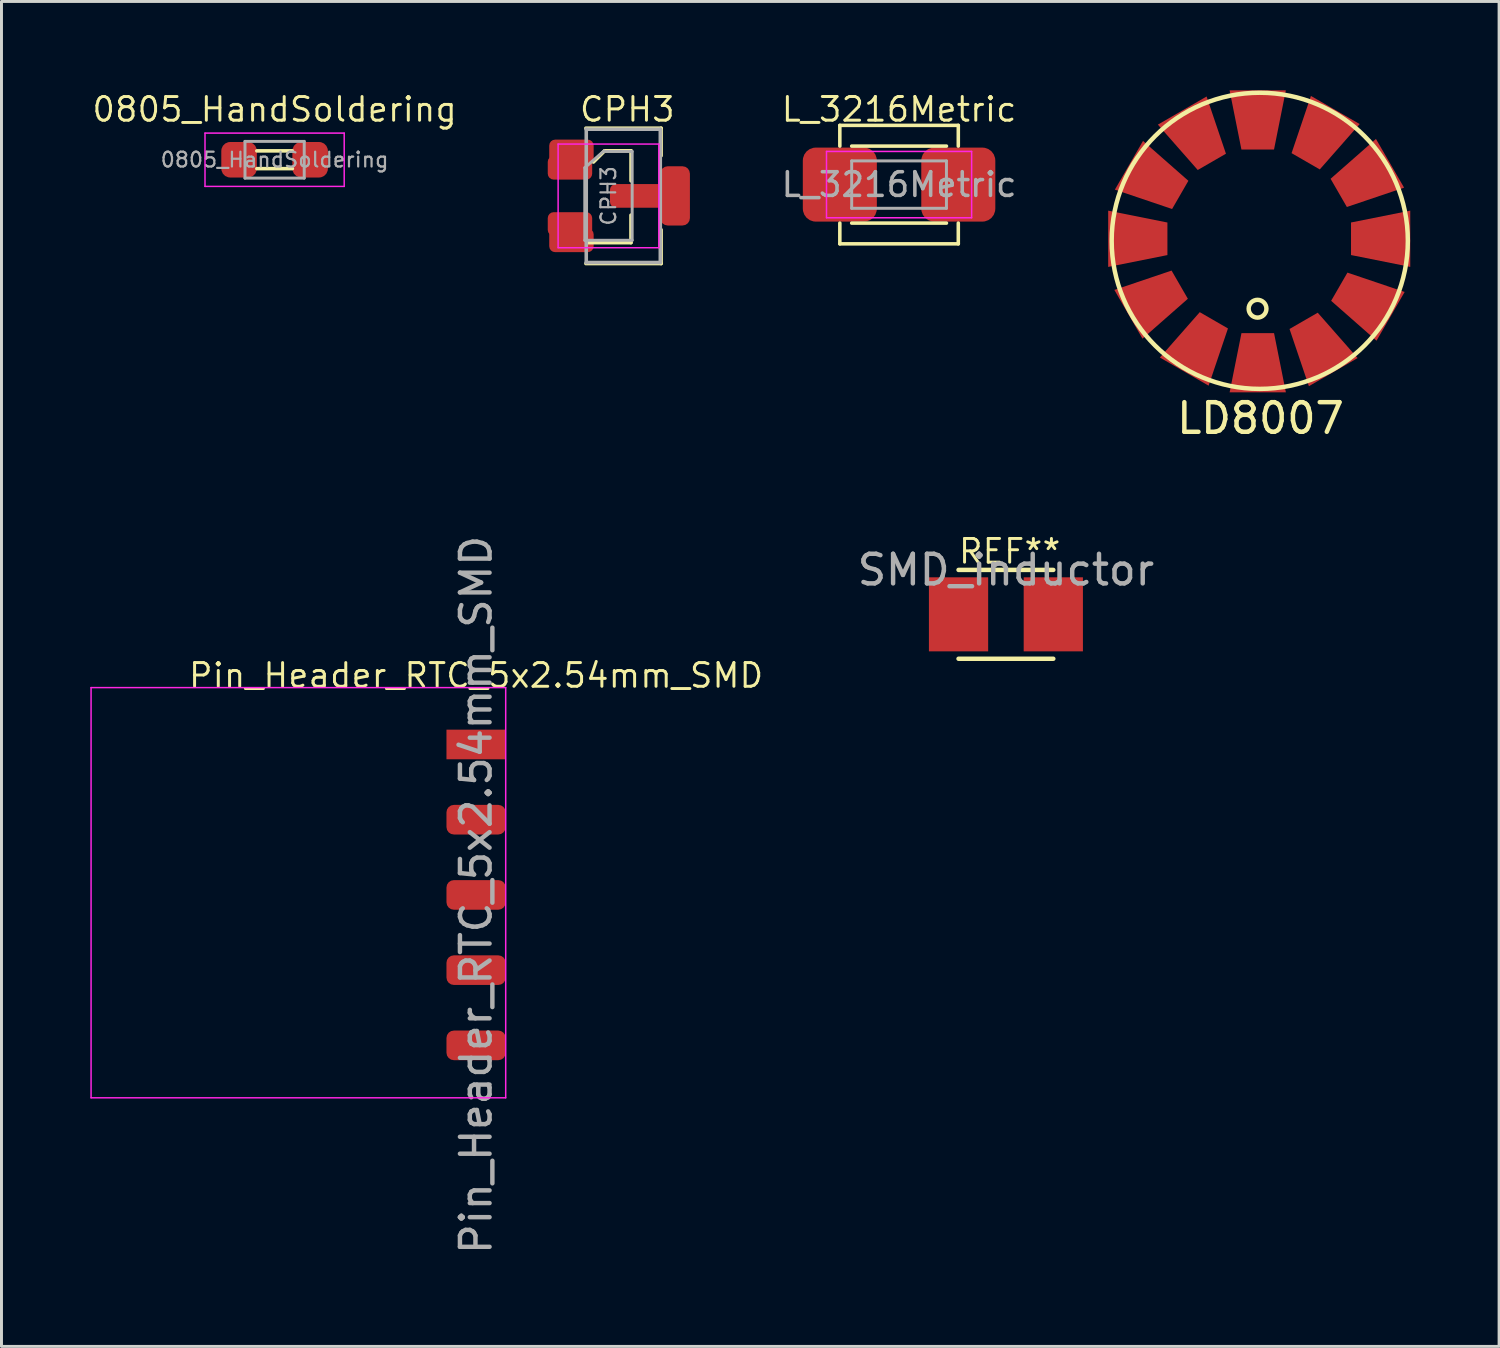
<source format=kicad_pcb>
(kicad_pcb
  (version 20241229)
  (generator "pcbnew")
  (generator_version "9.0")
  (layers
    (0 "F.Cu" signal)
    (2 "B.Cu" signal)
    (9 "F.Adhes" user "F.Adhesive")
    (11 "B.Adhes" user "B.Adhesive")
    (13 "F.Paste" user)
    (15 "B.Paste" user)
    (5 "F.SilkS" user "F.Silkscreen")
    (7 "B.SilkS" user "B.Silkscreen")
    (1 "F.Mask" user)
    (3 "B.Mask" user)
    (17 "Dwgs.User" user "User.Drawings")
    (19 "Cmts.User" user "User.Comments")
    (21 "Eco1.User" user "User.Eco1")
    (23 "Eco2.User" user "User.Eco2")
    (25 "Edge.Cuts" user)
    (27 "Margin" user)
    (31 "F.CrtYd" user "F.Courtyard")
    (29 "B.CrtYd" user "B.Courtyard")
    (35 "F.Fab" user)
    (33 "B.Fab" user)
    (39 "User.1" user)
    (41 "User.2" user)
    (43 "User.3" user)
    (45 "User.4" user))
  (footprint "L_3216Metric"
    (layer "F.Cu")
    (at 27.307 3.183)
    (property "Reference" "L_3216Metric" (at 0 -2.54 0) (layer "F.SilkS") (effects (font (size 0.8 0.8) (thickness 0.1))))
    (attr smd)
    (fp_line (start -2 -2) (end -2 -1.3) (stroke (width 0.12) (type solid)) (layer "F.SilkS"))
    (fp_line (start -2 -2) (end 2 -2) (stroke (width 0.12) (type solid)) (layer "F.SilkS"))
    (fp_line (start -2 2) (end -2 1.3) (stroke (width 0.12) (type solid)) (layer "F.SilkS"))
    (fp_line (start -2 2) (end 2 2) (stroke (width 0.12) (type solid)) (layer "F.SilkS"))
    (fp_line (start -1.6 1.3) (end 1.6 1.3) (stroke (width 0.12) (type solid)) (layer "F.SilkS"))
    (fp_line (start 1.6 -1.3) (end -1.6 -1.3) (stroke (width 0.12) (type solid)) (layer "F.SilkS"))
    (fp_line (start 2 -2) (end 2 -1.3) (stroke (width 0.12) (type solid)) (layer "F.SilkS"))
    (fp_line (start 2 2) (end 2 1.3) (stroke (width 0.12) (type solid)) (layer "F.SilkS"))
    (fp_line (start -2.45 -1.12) (end 2.45 -1.12) (stroke (width 0.05) (type solid)) (layer "F.CrtYd"))
    (fp_line (start -2.45 1.12) (end -2.45 -1.12) (stroke (width 0.05) (type solid)) (layer "F.CrtYd"))
    (fp_line (start 2.45 -1.12) (end 2.45 1.12) (stroke (width 0.05) (type solid)) (layer "F.CrtYd"))
    (fp_line (start 2.45 1.12) (end -2.45 1.12) (stroke (width 0.05) (type solid)) (layer "F.CrtYd"))
    (fp_line (start -1.6 -0.8) (end 1.6 -0.8) (stroke (width 0.1) (type solid)) (layer "F.Fab"))
    (fp_line (start -1.6 0.8) (end -1.6 -0.8) (stroke (width 0.1) (type solid)) (layer "F.Fab"))
    (fp_line (start 1.6 -0.8) (end 1.6 0.8) (stroke (width 0.1) (type solid)) (layer "F.Fab"))
    (fp_line (start 1.6 0.8) (end -1.6 0.8) (stroke (width 0.1) (type solid)) (layer "F.Fab"))
    (fp_text user "${REFERENCE}" (at 0 0 0) (layer "F.Fab") (effects (font (size 0.8 0.8) (thickness 0.12))))
    (pad "1" smd roundrect (at -2 0) (size 2.5 2.5) (layers "F.Cu" "F.Mask" "F.Paste") (roundrect_rratio 0.175))
    (pad "2" smd roundrect (at 2 0) (size 2.5 2.5) (layers "F.Cu" "F.Mask" "F.Paste") (roundrect_rratio 0.175)))
  (footprint "LD8007"
    (layer "F.Cu")
    (at 39.511 5.074)
    (property "Reference" "LD8007" (at 0 6 0) (layer "F.SilkS") (effects (font (size 1 1) (thickness 0.15))))
    (attr through_hole)
    (fp_circle (center -0.1 2.3) (end 0.2 2.3) (stroke (width 0.15) (type solid)) (fill no) (layer "F.SilkS"))
    (fp_circle (center -0.025 0.007) (end 2.475 -4.323) (stroke (width 0.15) (type solid)) (fill no) (layer "F.SilkS"))
    (pad "1" smd trapezoid (at 1.956 3.575 30) (size 1.5 2) (rect_delta 0 0.4) (layers "F.Cu" "F.Mask" "F.Paste"))
    (pad "2" smd trapezoid (at 3.526 2.057 60) (size 1.5 2) (rect_delta 0 0.4) (layers "F.Cu" "F.Mask" "F.Paste"))
    (pad "3" smd trapezoid (at 4.056 -0.062 90) (size 1.5 2) (rect_delta 0 0.4) (layers "F.Cu" "F.Mask" "F.Paste"))
    (pad "4" smd trapezoid (at 3.507 -2.111 120) (size 1.5 2) (rect_delta 0 0.4) (layers "F.Cu" "F.Mask" "F.Paste"))
    (pad "5" smd trapezoid (at 2.025 -3.544 150) (size 1.5 2) (rect_delta 0 0.4) (layers "F.Cu" "F.Mask" "F.Paste"))
    (pad "6" smd trapezoid (at -0.094 -4.074 180) (size 1.5 2) (rect_delta 0 0.4) (layers "F.Cu" "F.Mask" "F.Paste"))
    (pad "7" smd trapezoid (at -2.143 -3.525 210) (size 1.5 2) (rect_delta 0 0.4) (layers "F.Cu" "F.Mask" "F.Paste"))
    (pad "8" smd trapezoid (at -3.576 -2.043 240) (size 1.5 2) (rect_delta 0 0.4) (layers "F.Cu" "F.Mask" "F.Paste"))
    (pad "9" smd trapezoid (at -4.143 -0.061 270) (size 1.5 2) (rect_delta 0 0.4) (layers "F.Cu" "F.Mask" "F.Paste"))
    (pad "10" smd trapezoid (at -3.594 1.988 300) (size 1.5 2) (rect_delta 0 0.4) (layers "F.Cu" "F.Mask" "F.Paste"))
    (pad "11" smd trapezoid (at -2.075 3.557 330) (size 1.5 2) (rect_delta 0 0.4) (layers "F.Cu" "F.Mask" "F.Paste"))
    (pad "12" smd trapezoid (at -0.093 4.124) (size 1.5 2) (rect_delta 0 0.4) (layers "F.Cu" "F.Mask" "F.Paste")))
  (footprint "Pin_Header_RTC_5x2.54mm_SMD"
    (layer "F.Cu")
    (at 13.025 27.167)
    (property "Reference" "Pin_Header_RTC_5x2.54mm_SMD" (at 0 -7.41 0) (layer "F.SilkS") (effects (font (size 0.8 0.8) (thickness 0.1))))
    (attr smd)
    (fp_line (start -13 -7) (end -13 6.85) (stroke (width 0.05) (type solid)) (layer "F.CrtYd"))
    (fp_line (start -13 6.85) (end 1 6.85) (stroke (width 0.05) (type solid)) (layer "F.CrtYd"))
    (fp_line (start 1 -7) (end -13 -7) (stroke (width 0.05) (type solid)) (layer "F.CrtYd"))
    (fp_line (start 1 6.85) (end 1 -7) (stroke (width 0.05) (type solid)) (layer "F.CrtYd"))
    (fp_text user "${REFERENCE}" (at 0 0 270) (layer "F.Fab") (effects (font (size 1 1) (thickness 0.15))))
    (pad "1" smd rect (at 0 -5.08) (size 2 1) (layers "F.Cu" "F.Mask" "F.Paste"))
    (pad "2" smd roundrect (at 0 -2.54) (size 2 1) (layers "F.Cu" "F.Mask" "F.Paste") (roundrect_rratio 0.25))
    (pad "3" smd roundrect (at 0 0) (size 2 1) (layers "F.Cu" "F.Mask" "F.Paste") (roundrect_rratio 0.25))
    (pad "4" smd roundrect (at 0 2.54) (size 2 1) (layers "F.Cu" "F.Mask" "F.Paste") (roundrect_rratio 0.25))
    (pad "5" smd roundrect (at 0 5.08) (size 2 1) (layers "F.Cu" "F.Mask" "F.Paste") (roundrect_rratio 0.25)))
  (footprint "0805_HandSoldering"
    (layer "F.Cu")
    (at 6.222 2.344)
    (property "Reference" "0805_HandSoldering" (at 0 -1.7 0) (layer "F.SilkS") (effects (font (size 0.8 0.8) (thickness 0.1))))
    (attr smd)
    (fp_line (start -0.6 -0.3) (end 0.6 -0.3) (stroke (width 0.12) (type solid)) (layer "F.SilkS"))
    (fp_line (start 0.6 0.3) (end -0.6 0.3) (stroke (width 0.12) (type solid)) (layer "F.SilkS"))
    (fp_line (start -2.35 -0.9) (end -2.35 0.9) (stroke (width 0.05) (type solid)) (layer "F.CrtYd"))
    (fp_line (start -2.35 -0.9) (end 2.35 -0.9) (stroke (width 0.05) (type solid)) (layer "F.CrtYd"))
    (fp_line (start 2.35 0.9) (end -2.35 0.9) (stroke (width 0.05) (type solid)) (layer "F.CrtYd"))
    (fp_line (start 2.35 0.9) (end 2.35 -0.9) (stroke (width 0.05) (type solid)) (layer "F.CrtYd"))
    (fp_line (start -1 -0.62) (end 1 -0.62) (stroke (width 0.1) (type solid)) (layer "F.Fab"))
    (fp_line (start -1 0.62) (end -1 -0.62) (stroke (width 0.1) (type solid)) (layer "F.Fab"))
    (fp_line (start 1 -0.62) (end 1 0.62) (stroke (width 0.1) (type solid)) (layer "F.Fab"))
    (fp_line (start 1 0.62) (end -1 0.62) (stroke (width 0.1) (type solid)) (layer "F.Fab"))
    (fp_text user "${REFERENCE}" (at 0 0 0) (layer "F.Fab") (effects (font (size 0.5 0.5) (thickness 0.075))))
    (pad "1" smd roundrect (at -1.2 0) (size 1.2 1.2) (layers "F.Cu" "F.Mask" "F.Paste") (roundrect_rratio 0.25))
    (pad "2" smd roundrect (at 1.2 0) (size 1.2 1.2) (layers "F.Cu" "F.Mask" "F.Paste") (roundrect_rratio 0.25)))
  (footprint "SMD_inductor"
    (layer "F.Cu")
    (at 30.915 15.693)
    (property "Reference" "SMD_inductor" (at 0 0.5 0) (layer "F.Fab") (effects (font (size 1 1) (thickness 0.15))))
    (attr smd)
    (fp_line (start -1.6 3.5) (end 1.6 3.5) (stroke (width 0.15) (type solid)) (layer "F.SilkS"))
    (fp_line (start 0 0.5) (end -1.6 0.5) (stroke (width 0.15) (type solid)) (layer "F.SilkS"))
    (fp_line (start 1.6 0.5) (end 0 0.5) (stroke (width 0.15) (type solid)) (layer "F.SilkS"))
    (fp_text user "REF**" (at 0.127 -0.127 0) (layer "F.SilkS") (effects (font (size 0.8 0.8) (thickness 0.1))))
    (pad "1" smd rect (at -1.6 2) (size 2 2.5) (layers "F.Cu" "F.Mask" "F.Paste"))
    (pad "2" smd rect (at 1.6 2) (size 2 2.5) (layers "F.Cu" "F.Mask" "F.Paste")))
  (footprint "CPH3"
    (layer "F.Cu")
    (at 17.495 3.564)
    (property "Reference" "CPH3" (at 0.635 -2.921 0) (layer "F.SilkS") (effects (font (size 0.8 0.8) (thickness 0.1))))
    (attr smd)
    (fp_line (start -0.762 -0.508) (end -0.762 0.508) (stroke (width 0.12) (type solid)) (layer "F.SilkS"))
    (fp_line (start -0.508 -1.143) (end -0.127 -1.524) (stroke (width 0.12) (type solid)) (layer "F.SilkS"))
    (fp_line (start -0.127 -1.524) (end 0.762 -1.524) (stroke (width 0.12) (type solid)) (layer "F.SilkS"))
    (fp_line (start 0.76 1.58) (end -0.7 1.58) (stroke (width 0.12) (type solid)) (layer "F.SilkS"))
    (fp_line (start 0.76 1.58) (end 0.76 0.65) (stroke (width 0.12) (type solid)) (layer "F.SilkS"))
    (fp_line (start 0.762 -1.524) (end 0.762 -0.508) (stroke (width 0.12) (type solid)) (layer "F.SilkS"))
    (fp_line (start 1.778 -2.286) (end -0.763 -2.286) (stroke (width 0.12) (type solid)) (layer "F.SilkS"))
    (fp_line (start 1.778 -2.286) (end 1.778 -1.356) (stroke (width 0.12) (type solid)) (layer "F.SilkS"))
    (fp_line (start 1.778 1.143) (end 1.778 2.286) (stroke (width 0.12) (type solid)) (layer "F.SilkS"))
    (fp_line (start 1.778 2.286) (end -0.762 2.286) (stroke (width 0.12) (type solid)) (layer "F.SilkS"))
    (fp_line (start -1.7 -1.75) (end 1.7 -1.75) (stroke (width 0.05) (type solid)) (layer "F.CrtYd"))
    (fp_line (start -1.7 1.75) (end -1.7 -1.75) (stroke (width 0.05) (type solid)) (layer "F.CrtYd"))
    (fp_line (start 1.7 -1.75) (end 1.7 1.75) (stroke (width 0.05) (type solid)) (layer "F.CrtYd"))
    (fp_line (start 1.7 1.75) (end -1.7 1.75) (stroke (width 0.05) (type solid)) (layer "F.CrtYd"))
    (fp_line (start -0.8 -0.95) (end -0.8 1.5) (stroke (width 0.1) (type solid)) (layer "F.Fab"))
    (fp_line (start -0.8 -0.95) (end -0.15 -1.52) (stroke (width 0.1) (type solid)) (layer "F.Fab"))
    (fp_line (start -0.8 1.5) (end 0.8 1.5) (stroke (width 0.1) (type solid)) (layer "F.Fab"))
    (fp_line (start -0.75 -2.25) (end -0.75 2.25) (stroke (width 0.12) (type solid)) (layer "F.Fab"))
    (fp_line (start -0.75 2.25) (end 1.75 2.25) (stroke (width 0.12) (type solid)) (layer "F.Fab"))
    (fp_line (start -0.15 -1.5) (end 0.8 -1.5) (stroke (width 0.1) (type solid)) (layer "F.Fab"))
    (fp_line (start 0.8 -1.5) (end 0.8 1.5) (stroke (width 0.1) (type solid)) (layer "F.Fab"))
    (fp_line (start 1.75 -2.25) (end -0.75 -2.25) (stroke (width 0.12) (type solid)) (layer "F.Fab"))
    (fp_line (start 1.75 2.25) (end 1.75 -2.25) (stroke (width 0.12) (type solid)) (layer "F.Fab"))
    (fp_text user "${REFERENCE}" (at 0 0 270) (layer "F.Fab") (effects (font (size 0.5 0.5) (thickness 0.075))))
    (pad "1" smd roundrect (at -1.3 -0.95) (size 1.5 0.8) (layers "F.Cu" "F.Mask" "F.Paste") (roundrect_rratio 0.25))
    (pad "1" smd roundrect (at -1.25 -1.5) (size 1.5 0.8) (layers "F.Cu" "F.Mask" "F.Paste") (roundrect_rratio 0.25))
    (pad "2" smd roundrect (at -1.3 0.95) (size 1.5 0.8) (layers "F.Cu" "F.Mask" "F.Paste") (roundrect_rratio 0.25))
    (pad "2" smd roundrect (at -1.25 1.5) (size 1.5 0.8) (layers "F.Cu" "F.Mask" "F.Paste") (roundrect_rratio 0.25))
    (pad "3" smd roundrect (at 1.3 0) (size 2.5 0.8) (layers "F.Cu" "F.Mask" "F.Paste") (roundrect_rratio 0.25))
    (pad "3" smd roundrect (at 2.25 0) (size 1 2) (layers "F.Cu" "F.Mask" "F.Paste") (roundrect_rratio 0.25)))
  (gr_rect
    (start -3 -3)
    (end 47.567 42.411)
    (stroke (width 0.1) (type default))
    (fill no)
    (layer "Edge.Cuts")))
</source>
